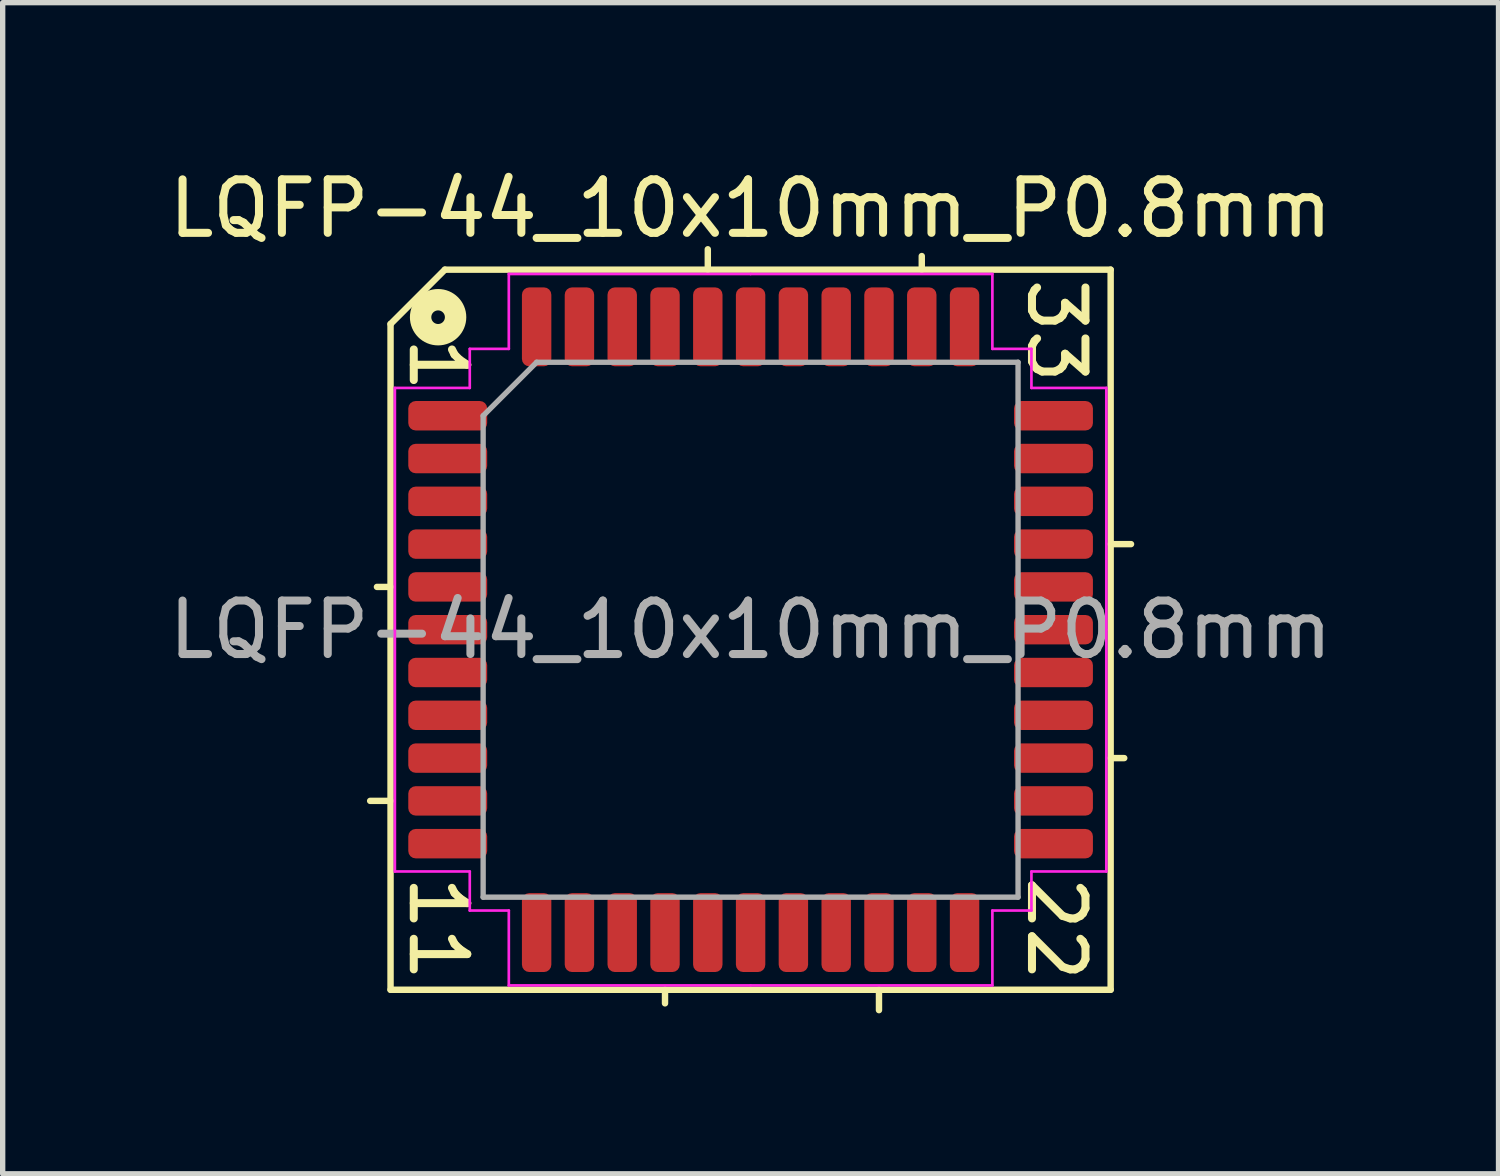
<source format=kicad_pcb>
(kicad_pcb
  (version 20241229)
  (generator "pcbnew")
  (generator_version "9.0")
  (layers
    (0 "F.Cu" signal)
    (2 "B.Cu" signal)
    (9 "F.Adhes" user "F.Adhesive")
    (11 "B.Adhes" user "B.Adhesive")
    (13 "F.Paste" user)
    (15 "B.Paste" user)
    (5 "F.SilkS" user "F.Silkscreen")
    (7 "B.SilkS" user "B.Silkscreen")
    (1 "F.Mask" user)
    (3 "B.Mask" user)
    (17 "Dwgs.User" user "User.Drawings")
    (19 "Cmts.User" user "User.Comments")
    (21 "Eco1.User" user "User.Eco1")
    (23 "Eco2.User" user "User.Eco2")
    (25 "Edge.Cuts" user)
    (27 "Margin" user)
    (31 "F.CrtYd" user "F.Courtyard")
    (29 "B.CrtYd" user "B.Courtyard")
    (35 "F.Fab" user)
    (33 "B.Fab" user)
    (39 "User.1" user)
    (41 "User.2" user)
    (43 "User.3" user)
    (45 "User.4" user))
  (footprint "LQFP-44_10x10mm_P0.8mm"
    (layer "F.Cu")
    (at 10.982 8.722)
    (property "Reference" "LQFP-44_10x10mm_P0.8mm" (at 0 -7.874 0) (layer "F.SilkS") (effects (font (size 1 1) (thickness 0.15))))
    (attr smd)
    (fp_line (start -6.731 -5.715) (end -5.715 -6.731) (stroke (width 0.12) (type solid)) (layer "F.SilkS"))
    (fp_line (start -6.731 -0.8) (end -6.985 -0.8) (stroke (width 0.12) (type solid)) (layer "F.SilkS"))
    (fp_line (start -6.731 3.2) (end -7.112 3.2) (stroke (width 0.12) (type solid)) (layer "F.SilkS"))
    (fp_line (start -6.731 6.731) (end -6.731 -5.715) (stroke (width 0.12) (type solid)) (layer "F.SilkS"))
    (fp_line (start -5.715 -6.731) (end 6.731 -6.731) (stroke (width 0.12) (type solid)) (layer "F.SilkS"))
    (fp_line (start -1.6 6.731) (end -1.6 6.985) (stroke (width 0.12) (type solid)) (layer "F.SilkS"))
    (fp_line (start -0.8 -6.731) (end -0.8 -7.112) (stroke (width 0.12) (type solid)) (layer "F.SilkS"))
    (fp_line (start 2.4 6.731) (end 2.4 7.112) (stroke (width 0.12) (type solid)) (layer "F.SilkS"))
    (fp_line (start 3.2 -6.731) (end 3.2 -6.985) (stroke (width 0.12) (type solid)) (layer "F.SilkS"))
    (fp_line (start 6.731 -6.731) (end 6.731 6.731) (stroke (width 0.12) (type solid)) (layer "F.SilkS"))
    (fp_line (start 6.731 -1.6) (end 7.112 -1.6) (stroke (width 0.12) (type solid)) (layer "F.SilkS"))
    (fp_line (start 6.731 2.4) (end 6.985 2.4) (stroke (width 0.12) (type solid)) (layer "F.SilkS"))
    (fp_line (start 6.731 6.731) (end -6.731 6.731) (stroke (width 0.12) (type solid)) (layer "F.SilkS"))
    (fp_circle (center -5.842 -5.842) (end -5.715 -5.842) (stroke (width 0.4) (type solid)) (fill no) (layer "F.SilkS"))
    (fp_line (start -6.65 -4.52) (end -6.65 0) (stroke (width 0.05) (type solid)) (layer "F.CrtYd"))
    (fp_line (start -6.65 4.52) (end -6.65 0) (stroke (width 0.05) (type solid)) (layer "F.CrtYd"))
    (fp_line (start -5.25 -5.25) (end -5.25 -4.52) (stroke (width 0.05) (type solid)) (layer "F.CrtYd"))
    (fp_line (start -5.25 -4.52) (end -6.65 -4.52) (stroke (width 0.05) (type solid)) (layer "F.CrtYd"))
    (fp_line (start -5.25 4.52) (end -6.65 4.52) (stroke (width 0.05) (type solid)) (layer "F.CrtYd"))
    (fp_line (start -5.25 5.25) (end -5.25 4.52) (stroke (width 0.05) (type solid)) (layer "F.CrtYd"))
    (fp_line (start -4.52 -6.65) (end -4.52 -5.25) (stroke (width 0.05) (type solid)) (layer "F.CrtYd"))
    (fp_line (start -4.52 -5.25) (end -5.25 -5.25) (stroke (width 0.05) (type solid)) (layer "F.CrtYd"))
    (fp_line (start -4.52 5.25) (end -5.25 5.25) (stroke (width 0.05) (type solid)) (layer "F.CrtYd"))
    (fp_line (start -4.52 6.65) (end -4.52 5.25) (stroke (width 0.05) (type solid)) (layer "F.CrtYd"))
    (fp_line (start 0 -6.65) (end -4.52 -6.65) (stroke (width 0.05) (type solid)) (layer "F.CrtYd"))
    (fp_line (start 0 -6.65) (end 4.52 -6.65) (stroke (width 0.05) (type solid)) (layer "F.CrtYd"))
    (fp_line (start 0 6.65) (end -4.52 6.65) (stroke (width 0.05) (type solid)) (layer "F.CrtYd"))
    (fp_line (start 0 6.65) (end 4.52 6.65) (stroke (width 0.05) (type solid)) (layer "F.CrtYd"))
    (fp_line (start 4.52 -6.65) (end 4.52 -5.25) (stroke (width 0.05) (type solid)) (layer "F.CrtYd"))
    (fp_line (start 4.52 -5.25) (end 5.25 -5.25) (stroke (width 0.05) (type solid)) (layer "F.CrtYd"))
    (fp_line (start 4.52 5.25) (end 5.25 5.25) (stroke (width 0.05) (type solid)) (layer "F.CrtYd"))
    (fp_line (start 4.52 6.65) (end 4.52 5.25) (stroke (width 0.05) (type solid)) (layer "F.CrtYd"))
    (fp_line (start 5.25 -5.25) (end 5.25 -4.52) (stroke (width 0.05) (type solid)) (layer "F.CrtYd"))
    (fp_line (start 5.25 -4.52) (end 6.65 -4.52) (stroke (width 0.05) (type solid)) (layer "F.CrtYd"))
    (fp_line (start 5.25 4.52) (end 6.65 4.52) (stroke (width 0.05) (type solid)) (layer "F.CrtYd"))
    (fp_line (start 5.25 5.25) (end 5.25 4.52) (stroke (width 0.05) (type solid)) (layer "F.CrtYd"))
    (fp_line (start 6.65 -4.52) (end 6.65 0) (stroke (width 0.05) (type solid)) (layer "F.CrtYd"))
    (fp_line (start 6.65 4.52) (end 6.65 0) (stroke (width 0.05) (type solid)) (layer "F.CrtYd"))
    (fp_line (start -5 -4) (end -4 -5) (stroke (width 0.1) (type solid)) (layer "F.Fab"))
    (fp_line (start -5 5) (end -5 -4) (stroke (width 0.1) (type solid)) (layer "F.Fab"))
    (fp_line (start -4 -5) (end 5 -5) (stroke (width 0.1) (type solid)) (layer "F.Fab"))
    (fp_line (start 5 -5) (end 5 5) (stroke (width 0.1) (type solid)) (layer "F.Fab"))
    (fp_line (start 5 5) (end -5 5) (stroke (width 0.1) (type solid)) (layer "F.Fab"))
    (fp_text user "22" (at 5.715 5.588 270) (unlocked yes) (layer "F.SilkS") (effects (font (size 1 1) (thickness 0.15))))
    (fp_text user "11" (at -5.842 5.588 270) (unlocked yes) (layer "F.SilkS") (effects (font (size 1 1) (thickness 0.15))))
    (fp_text user "33" (at 5.715 -5.588 270) (unlocked yes) (layer "F.SilkS") (effects (font (size 1 1) (thickness 0.15))))
    (fp_text user "1" (at -5.842 -4.953 270) (unlocked yes) (layer "F.SilkS") (effects (font (size 1 1) (thickness 0.15))))
    (fp_text user "${REFERENCE}" (at 0 0 0) (layer "F.Fab") (effects (font (size 1 1) (thickness 0.15))))
    (pad "1" smd roundrect (at -5.662 -4) (size 1.475 0.55) (layers "F.Cu" "F.Mask" "F.Paste") (roundrect_rratio 0.25))
    (pad "2" smd roundrect (at -5.662 -3.2) (size 1.475 0.55) (layers "F.Cu" "F.Mask" "F.Paste") (roundrect_rratio 0.25))
    (pad "3" smd roundrect (at -5.662 -2.4) (size 1.475 0.55) (layers "F.Cu" "F.Mask" "F.Paste") (roundrect_rratio 0.25))
    (pad "4" smd roundrect (at -5.662 -1.6) (size 1.475 0.55) (layers "F.Cu" "F.Mask" "F.Paste") (roundrect_rratio 0.25))
    (pad "5" smd roundrect (at -5.662 -0.8) (size 1.475 0.55) (layers "F.Cu" "F.Mask" "F.Paste") (roundrect_rratio 0.25))
    (pad "6" smd roundrect (at -5.662 0) (size 1.475 0.55) (layers "F.Cu" "F.Mask" "F.Paste") (roundrect_rratio 0.25))
    (pad "7" smd roundrect (at -5.662 0.8) (size 1.475 0.55) (layers "F.Cu" "F.Mask" "F.Paste") (roundrect_rratio 0.25))
    (pad "8" smd roundrect (at -5.662 1.6) (size 1.475 0.55) (layers "F.Cu" "F.Mask" "F.Paste") (roundrect_rratio 0.25))
    (pad "9" smd roundrect (at -5.662 2.4) (size 1.475 0.55) (layers "F.Cu" "F.Mask" "F.Paste") (roundrect_rratio 0.25))
    (pad "10" smd roundrect (at -5.662 3.2) (size 1.475 0.55) (layers "F.Cu" "F.Mask" "F.Paste") (roundrect_rratio 0.25))
    (pad "11" smd roundrect (at -5.662 4) (size 1.475 0.55) (layers "F.Cu" "F.Mask" "F.Paste") (roundrect_rratio 0.25))
    (pad "12" smd roundrect (at -4 5.662) (size 0.55 1.475) (layers "F.Cu" "F.Mask" "F.Paste") (roundrect_rratio 0.25))
    (pad "13" smd roundrect (at -3.2 5.662) (size 0.55 1.475) (layers "F.Cu" "F.Mask" "F.Paste") (roundrect_rratio 0.25))
    (pad "14" smd roundrect (at -2.4 5.662) (size 0.55 1.475) (layers "F.Cu" "F.Mask" "F.Paste") (roundrect_rratio 0.25))
    (pad "15" smd roundrect (at -1.6 5.662) (size 0.55 1.475) (layers "F.Cu" "F.Mask" "F.Paste") (roundrect_rratio 0.25))
    (pad "16" smd roundrect (at -0.8 5.662) (size 0.55 1.475) (layers "F.Cu" "F.Mask" "F.Paste") (roundrect_rratio 0.25))
    (pad "17" smd roundrect (at 0 5.662) (size 0.55 1.475) (layers "F.Cu" "F.Mask" "F.Paste") (roundrect_rratio 0.25))
    (pad "18" smd roundrect (at 0.8 5.662) (size 0.55 1.475) (layers "F.Cu" "F.Mask" "F.Paste") (roundrect_rratio 0.25))
    (pad "19" smd roundrect (at 1.6 5.662) (size 0.55 1.475) (layers "F.Cu" "F.Mask" "F.Paste") (roundrect_rratio 0.25))
    (pad "20" smd roundrect (at 2.4 5.662) (size 0.55 1.475) (layers "F.Cu" "F.Mask" "F.Paste") (roundrect_rratio 0.25))
    (pad "21" smd roundrect (at 3.2 5.662) (size 0.55 1.475) (layers "F.Cu" "F.Mask" "F.Paste") (roundrect_rratio 0.25))
    (pad "22" smd roundrect (at 4 5.662) (size 0.55 1.475) (layers "F.Cu" "F.Mask" "F.Paste") (roundrect_rratio 0.25))
    (pad "23" smd roundrect (at 5.662 4) (size 1.475 0.55) (layers "F.Cu" "F.Mask" "F.Paste") (roundrect_rratio 0.25))
    (pad "24" smd roundrect (at 5.662 3.2) (size 1.475 0.55) (layers "F.Cu" "F.Mask" "F.Paste") (roundrect_rratio 0.25))
    (pad "25" smd roundrect (at 5.662 2.4) (size 1.475 0.55) (layers "F.Cu" "F.Mask" "F.Paste") (roundrect_rratio 0.25))
    (pad "26" smd roundrect (at 5.662 1.6) (size 1.475 0.55) (layers "F.Cu" "F.Mask" "F.Paste") (roundrect_rratio 0.25))
    (pad "27" smd roundrect (at 5.662 0.8) (size 1.475 0.55) (layers "F.Cu" "F.Mask" "F.Paste") (roundrect_rratio 0.25))
    (pad "28" smd roundrect (at 5.662 0) (size 1.475 0.55) (layers "F.Cu" "F.Mask" "F.Paste") (roundrect_rratio 0.25))
    (pad "29" smd roundrect (at 5.662 -0.8) (size 1.475 0.55) (layers "F.Cu" "F.Mask" "F.Paste") (roundrect_rratio 0.25))
    (pad "30" smd roundrect (at 5.662 -1.6) (size 1.475 0.55) (layers "F.Cu" "F.Mask" "F.Paste") (roundrect_rratio 0.25))
    (pad "31" smd roundrect (at 5.662 -2.4) (size 1.475 0.55) (layers "F.Cu" "F.Mask" "F.Paste") (roundrect_rratio 0.25))
    (pad "32" smd roundrect (at 5.662 -3.2) (size 1.475 0.55) (layers "F.Cu" "F.Mask" "F.Paste") (roundrect_rratio 0.25))
    (pad "33" smd roundrect (at 5.662 -4) (size 1.475 0.55) (layers "F.Cu" "F.Mask" "F.Paste") (roundrect_rratio 0.25))
    (pad "34" smd roundrect (at 4 -5.662) (size 0.55 1.475) (layers "F.Cu" "F.Mask" "F.Paste") (roundrect_rratio 0.25))
    (pad "35" smd roundrect (at 3.2 -5.662) (size 0.55 1.475) (layers "F.Cu" "F.Mask" "F.Paste") (roundrect_rratio 0.25))
    (pad "36" smd roundrect (at 2.4 -5.662) (size 0.55 1.475) (layers "F.Cu" "F.Mask" "F.Paste") (roundrect_rratio 0.25))
    (pad "37" smd roundrect (at 1.6 -5.662) (size 0.55 1.475) (layers "F.Cu" "F.Mask" "F.Paste") (roundrect_rratio 0.25))
    (pad "38" smd roundrect (at 0.8 -5.662) (size 0.55 1.475) (layers "F.Cu" "F.Mask" "F.Paste") (roundrect_rratio 0.25))
    (pad "39" smd roundrect (at 0 -5.662) (size 0.55 1.475) (layers "F.Cu" "F.Mask" "F.Paste") (roundrect_rratio 0.25))
    (pad "40" smd roundrect (at -0.8 -5.662) (size 0.55 1.475) (layers "F.Cu" "F.Mask" "F.Paste") (roundrect_rratio 0.25))
    (pad "41" smd roundrect (at -1.6 -5.662) (size 0.55 1.475) (layers "F.Cu" "F.Mask" "F.Paste") (roundrect_rratio 0.25))
    (pad "42" smd roundrect (at -2.4 -5.662) (size 0.55 1.475) (layers "F.Cu" "F.Mask" "F.Paste") (roundrect_rratio 0.25))
    (pad "43" smd roundrect (at -3.2 -5.662) (size 0.55 1.475) (layers "F.Cu" "F.Mask" "F.Paste") (roundrect_rratio 0.25))
    (pad "44" smd roundrect (at -4 -5.662) (size 0.55 1.475) (layers "F.Cu" "F.Mask" "F.Paste") (roundrect_rratio 0.25)))
  (gr_rect
    (start -3 -3)
    (end 24.964 18.894)
    (stroke (width 0.1) (type default))
    (fill no)
    (layer "Edge.Cuts")))
</source>
